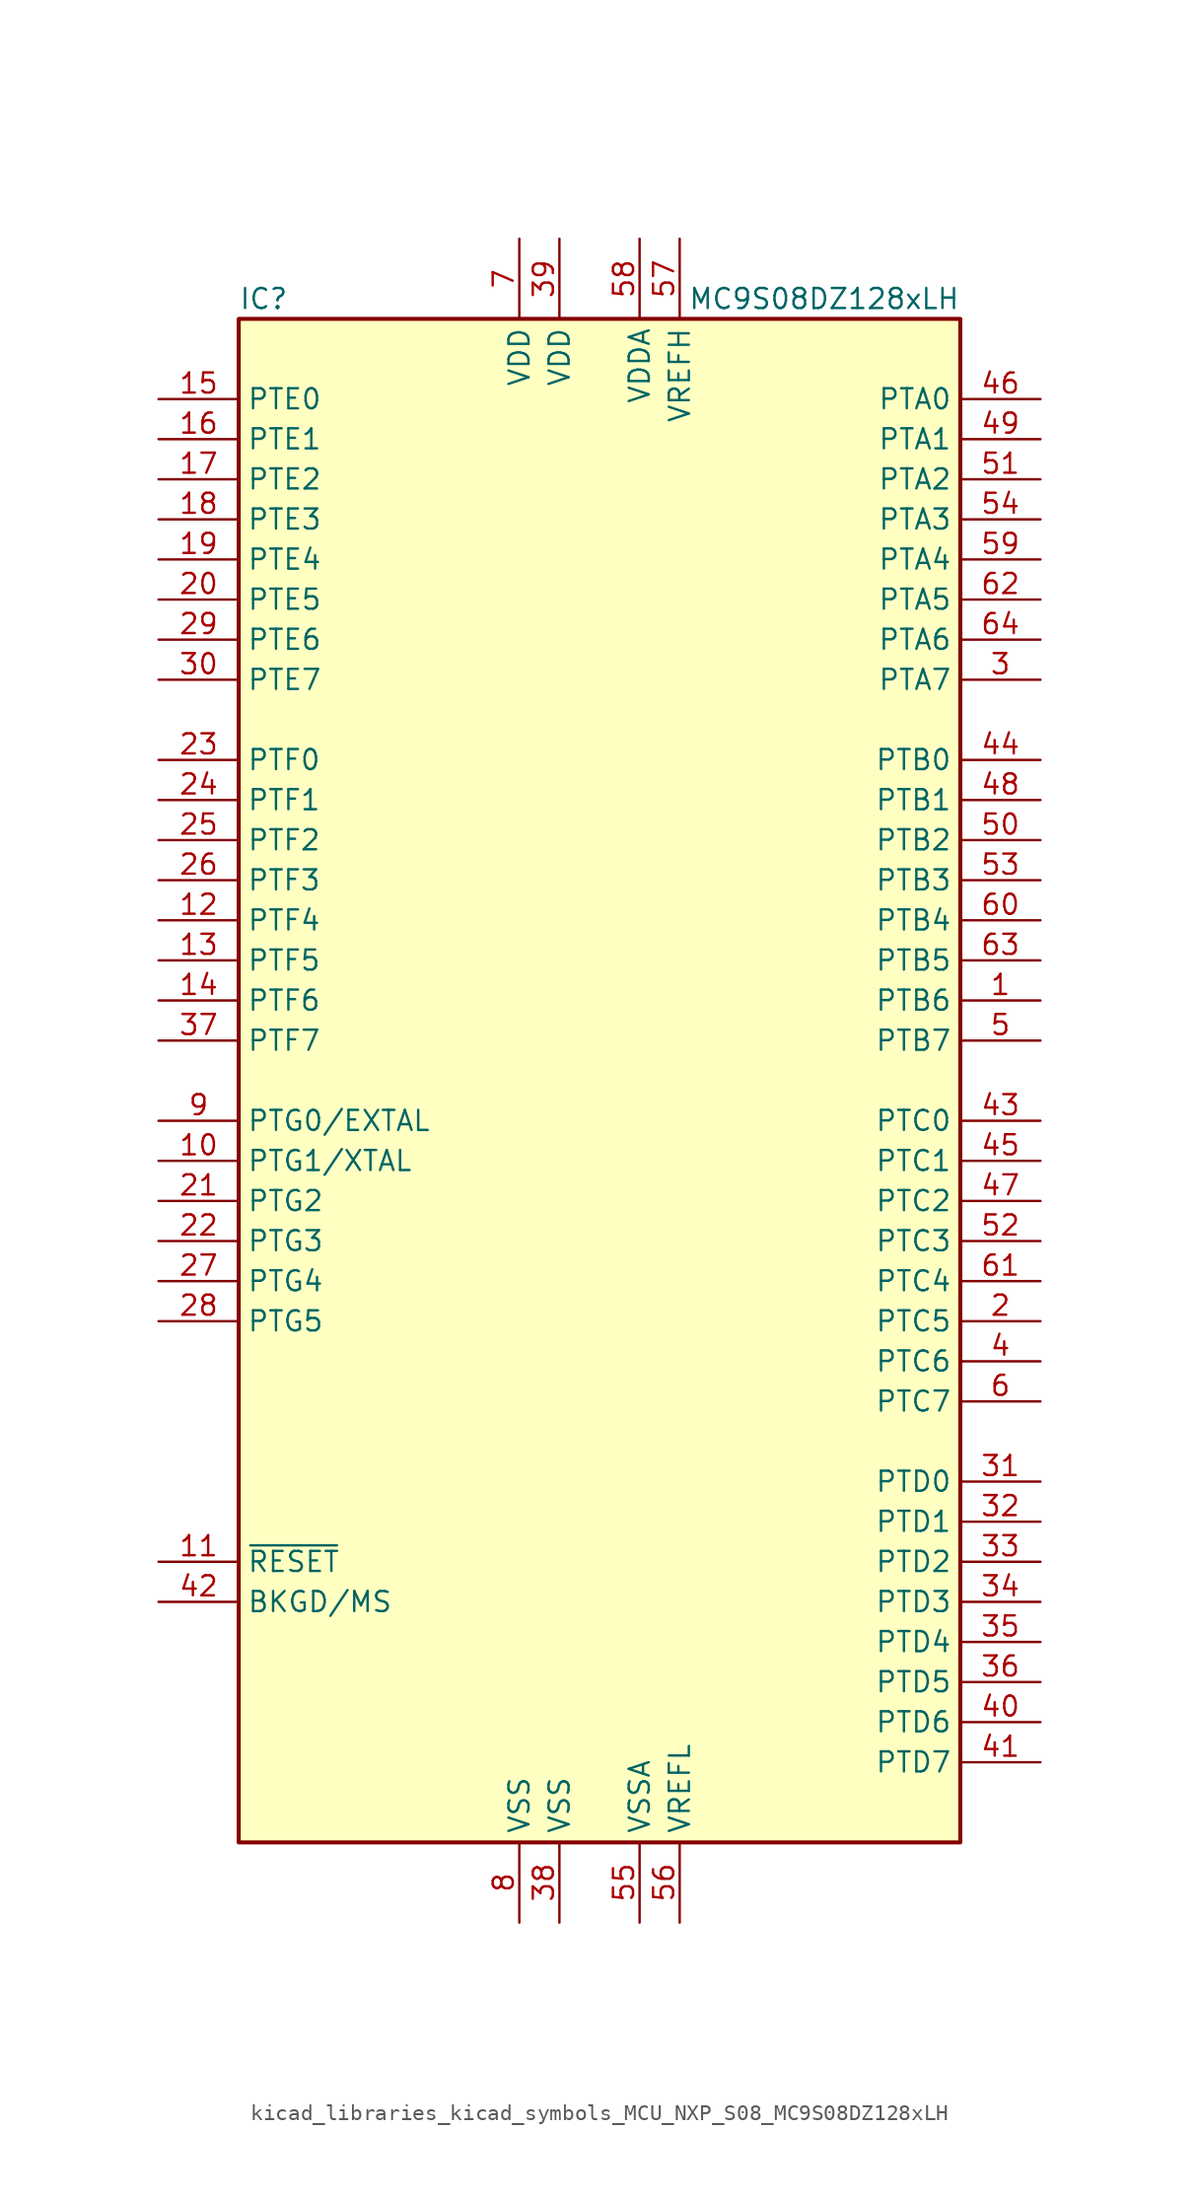
<source format=kicad_sym>
(kicad_symbol_lib
  (version 20220914)
  (generator kicad_symbol_editor)
  (symbol "kicad_libraries_kicad_symbols_MCU_NXP_S08_MC9S08DZ128xLH"
    (property "Reference" "IC"
      (at -22.86 49.53 0)
      (effects (font (size 1.27 1.27)) (justify left)))
    (property "Value" "MC9S08DZ128xLH"
      (at 22.86 49.53 0)
      (effects (font (size 1.27 1.27)) (justify right)))
    (symbol "kicad_libraries_kicad_symbols_MCU_NXP_S08_MC9S08DZ128xLH_0_1"
      (rectangle (start -22.86 48.26) (end 22.86 -48.26) (stroke (width 0.254) (type default)) (fill (type background))))
    (symbol "kicad_libraries_kicad_symbols_MCU_NXP_S08_MC9S08DZ128xLH_1_1"
      (pin bidirectional line (at 27.94 5.08 180) (length 5.08) (name "PTB6" (effects (font (size 1.27 1.27)))) (number "1" (effects (font (size 1.27 1.27)))))
      (pin bidirectional line (at -27.94 -5.08 0) (length 5.08) (name "PTG1/XTAL" (effects (font (size 1.27 1.27)))) (number "10" (effects (font (size 1.27 1.27)))))
      (pin input line (at -27.94 -30.48 0) (length 5.08) (name "~{RESET}" (effects (font (size 1.27 1.27)))) (number "11" (effects (font (size 1.27 1.27)))))
      (pin bidirectional line (at -27.94 10.16 0) (length 5.08) (name "PTF4" (effects (font (size 1.27 1.27)))) (number "12" (effects (font (size 1.27 1.27)))))
      (pin bidirectional line (at -27.94 7.62 0) (length 5.08) (name "PTF5" (effects (font (size 1.27 1.27)))) (number "13" (effects (font (size 1.27 1.27)))))
      (pin bidirectional line (at -27.94 5.08 0) (length 5.08) (name "PTF6" (effects (font (size 1.27 1.27)))) (number "14" (effects (font (size 1.27 1.27)))))
      (pin bidirectional line (at -27.94 43.18 0) (length 5.08) (name "PTE0" (effects (font (size 1.27 1.27)))) (number "15" (effects (font (size 1.27 1.27)))))
      (pin bidirectional line (at -27.94 40.64 0) (length 5.08) (name "PTE1" (effects (font (size 1.27 1.27)))) (number "16" (effects (font (size 1.27 1.27)))))
      (pin bidirectional line (at -27.94 38.1 0) (length 5.08) (name "PTE2" (effects (font (size 1.27 1.27)))) (number "17" (effects (font (size 1.27 1.27)))))
      (pin bidirectional line (at -27.94 35.56 0) (length 5.08) (name "PTE3" (effects (font (size 1.27 1.27)))) (number "18" (effects (font (size 1.27 1.27)))))
      (pin bidirectional line (at -27.94 33.02 0) (length 5.08) (name "PTE4" (effects (font (size 1.27 1.27)))) (number "19" (effects (font (size 1.27 1.27)))))
      (pin bidirectional line (at 27.94 -15.24 180) (length 5.08) (name "PTC5" (effects (font (size 1.27 1.27)))) (number "2" (effects (font (size 1.27 1.27)))))
      (pin bidirectional line (at -27.94 30.48 0) (length 5.08) (name "PTE5" (effects (font (size 1.27 1.27)))) (number "20" (effects (font (size 1.27 1.27)))))
      (pin bidirectional line (at -27.94 -7.62 0) (length 5.08) (name "PTG2" (effects (font (size 1.27 1.27)))) (number "21" (effects (font (size 1.27 1.27)))))
      (pin bidirectional line (at -27.94 -10.16 0) (length 5.08) (name "PTG3" (effects (font (size 1.27 1.27)))) (number "22" (effects (font (size 1.27 1.27)))))
      (pin bidirectional line (at -27.94 20.32 0) (length 5.08) (name "PTF0" (effects (font (size 1.27 1.27)))) (number "23" (effects (font (size 1.27 1.27)))))
      (pin bidirectional line (at -27.94 17.78 0) (length 5.08) (name "PTF1" (effects (font (size 1.27 1.27)))) (number "24" (effects (font (size 1.27 1.27)))))
      (pin bidirectional line (at -27.94 15.24 0) (length 5.08) (name "PTF2" (effects (font (size 1.27 1.27)))) (number "25" (effects (font (size 1.27 1.27)))))
      (pin bidirectional line (at -27.94 12.7 0) (length 5.08) (name "PTF3" (effects (font (size 1.27 1.27)))) (number "26" (effects (font (size 1.27 1.27)))))
      (pin bidirectional line (at -27.94 -12.7 0) (length 5.08) (name "PTG4" (effects (font (size 1.27 1.27)))) (number "27" (effects (font (size 1.27 1.27)))))
      (pin bidirectional line (at -27.94 -15.24 0) (length 5.08) (name "PTG5" (effects (font (size 1.27 1.27)))) (number "28" (effects (font (size 1.27 1.27)))))
      (pin bidirectional line (at -27.94 27.94 0) (length 5.08) (name "PTE6" (effects (font (size 1.27 1.27)))) (number "29" (effects (font (size 1.27 1.27)))))
      (pin bidirectional line (at 27.94 25.4 180) (length 5.08) (name "PTA7" (effects (font (size 1.27 1.27)))) (number "3" (effects (font (size 1.27 1.27)))))
      (pin bidirectional line (at -27.94 25.4 0) (length 5.08) (name "PTE7" (effects (font (size 1.27 1.27)))) (number "30" (effects (font (size 1.27 1.27)))))
      (pin bidirectional line (at 27.94 -25.4 180) (length 5.08) (name "PTD0" (effects (font (size 1.27 1.27)))) (number "31" (effects (font (size 1.27 1.27)))))
      (pin bidirectional line (at 27.94 -27.94 180) (length 5.08) (name "PTD1" (effects (font (size 1.27 1.27)))) (number "32" (effects (font (size 1.27 1.27)))))
      (pin bidirectional line (at 27.94 -30.48 180) (length 5.08) (name "PTD2" (effects (font (size 1.27 1.27)))) (number "33" (effects (font (size 1.27 1.27)))))
      (pin bidirectional line (at 27.94 -33.02 180) (length 5.08) (name "PTD3" (effects (font (size 1.27 1.27)))) (number "34" (effects (font (size 1.27 1.27)))))
      (pin bidirectional line (at 27.94 -35.56 180) (length 5.08) (name "PTD4" (effects (font (size 1.27 1.27)))) (number "35" (effects (font (size 1.27 1.27)))))
      (pin bidirectional line (at 27.94 -38.1 180) (length 5.08) (name "PTD5" (effects (font (size 1.27 1.27)))) (number "36" (effects (font (size 1.27 1.27)))))
      (pin bidirectional line (at -27.94 2.54 0) (length 5.08) (name "PTF7" (effects (font (size 1.27 1.27)))) (number "37" (effects (font (size 1.27 1.27)))))
      (pin power_in line (at -2.54 -53.34 90) (length 5.08) (name "VSS" (effects (font (size 1.27 1.27)))) (number "38" (effects (font (size 1.27 1.27)))))
      (pin power_in line (at -2.54 53.34 270) (length 5.08) (name "VDD" (effects (font (size 1.27 1.27)))) (number "39" (effects (font (size 1.27 1.27)))))
      (pin bidirectional line (at 27.94 -17.78 180) (length 5.08) (name "PTC6" (effects (font (size 1.27 1.27)))) (number "4" (effects (font (size 1.27 1.27)))))
      (pin bidirectional line (at 27.94 -40.64 180) (length 5.08) (name "PTD6" (effects (font (size 1.27 1.27)))) (number "40" (effects (font (size 1.27 1.27)))))
      (pin bidirectional line (at 27.94 -43.18 180) (length 5.08) (name "PTD7" (effects (font (size 1.27 1.27)))) (number "41" (effects (font (size 1.27 1.27)))))
      (pin bidirectional line (at -27.94 -33.02 0) (length 5.08) (name "BKGD/MS" (effects (font (size 1.27 1.27)))) (number "42" (effects (font (size 1.27 1.27)))))
      (pin bidirectional line (at 27.94 -2.54 180) (length 5.08) (name "PTC0" (effects (font (size 1.27 1.27)))) (number "43" (effects (font (size 1.27 1.27)))))
      (pin bidirectional line (at 27.94 20.32 180) (length 5.08) (name "PTB0" (effects (font (size 1.27 1.27)))) (number "44" (effects (font (size 1.27 1.27)))))
      (pin bidirectional line (at 27.94 -5.08 180) (length 5.08) (name "PTC1" (effects (font (size 1.27 1.27)))) (number "45" (effects (font (size 1.27 1.27)))))
      (pin bidirectional line (at 27.94 43.18 180) (length 5.08) (name "PTA0" (effects (font (size 1.27 1.27)))) (number "46" (effects (font (size 1.27 1.27)))))
      (pin bidirectional line (at 27.94 -7.62 180) (length 5.08) (name "PTC2" (effects (font (size 1.27 1.27)))) (number "47" (effects (font (size 1.27 1.27)))))
      (pin bidirectional line (at 27.94 17.78 180) (length 5.08) (name "PTB1" (effects (font (size 1.27 1.27)))) (number "48" (effects (font (size 1.27 1.27)))))
      (pin bidirectional line (at 27.94 40.64 180) (length 5.08) (name "PTA1" (effects (font (size 1.27 1.27)))) (number "49" (effects (font (size 1.27 1.27)))))
      (pin bidirectional line (at 27.94 2.54 180) (length 5.08) (name "PTB7" (effects (font (size 1.27 1.27)))) (number "5" (effects (font (size 1.27 1.27)))))
      (pin bidirectional line (at 27.94 15.24 180) (length 5.08) (name "PTB2" (effects (font (size 1.27 1.27)))) (number "50" (effects (font (size 1.27 1.27)))))
      (pin bidirectional line (at 27.94 38.1 180) (length 5.08) (name "PTA2" (effects (font (size 1.27 1.27)))) (number "51" (effects (font (size 1.27 1.27)))))
      (pin bidirectional line (at 27.94 -10.16 180) (length 5.08) (name "PTC3" (effects (font (size 1.27 1.27)))) (number "52" (effects (font (size 1.27 1.27)))))
      (pin bidirectional line (at 27.94 12.7 180) (length 5.08) (name "PTB3" (effects (font (size 1.27 1.27)))) (number "53" (effects (font (size 1.27 1.27)))))
      (pin bidirectional line (at 27.94 35.56 180) (length 5.08) (name "PTA3" (effects (font (size 1.27 1.27)))) (number "54" (effects (font (size 1.27 1.27)))))
      (pin power_in line (at 2.54 -53.34 90) (length 5.08) (name "VSSA" (effects (font (size 1.27 1.27)))) (number "55" (effects (font (size 1.27 1.27)))))
      (pin power_in line (at 5.08 -53.34 90) (length 5.08) (name "VREFL" (effects (font (size 1.27 1.27)))) (number "56" (effects (font (size 1.27 1.27)))))
      (pin power_in line (at 5.08 53.34 270) (length 5.08) (name "VREFH" (effects (font (size 1.27 1.27)))) (number "57" (effects (font (size 1.27 1.27)))))
      (pin power_in line (at 2.54 53.34 270) (length 5.08) (name "VDDA" (effects (font (size 1.27 1.27)))) (number "58" (effects (font (size 1.27 1.27)))))
      (pin bidirectional line (at 27.94 33.02 180) (length 5.08) (name "PTA4" (effects (font (size 1.27 1.27)))) (number "59" (effects (font (size 1.27 1.27)))))
      (pin bidirectional line (at 27.94 -20.32 180) (length 5.08) (name "PTC7" (effects (font (size 1.27 1.27)))) (number "6" (effects (font (size 1.27 1.27)))))
      (pin bidirectional line (at 27.94 10.16 180) (length 5.08) (name "PTB4" (effects (font (size 1.27 1.27)))) (number "60" (effects (font (size 1.27 1.27)))))
      (pin bidirectional line (at 27.94 -12.7 180) (length 5.08) (name "PTC4" (effects (font (size 1.27 1.27)))) (number "61" (effects (font (size 1.27 1.27)))))
      (pin bidirectional line (at 27.94 30.48 180) (length 5.08) (name "PTA5" (effects (font (size 1.27 1.27)))) (number "62" (effects (font (size 1.27 1.27)))))
      (pin bidirectional line (at 27.94 7.62 180) (length 5.08) (name "PTB5" (effects (font (size 1.27 1.27)))) (number "63" (effects (font (size 1.27 1.27)))))
      (pin bidirectional line (at 27.94 27.94 180) (length 5.08) (name "PTA6" (effects (font (size 1.27 1.27)))) (number "64" (effects (font (size 1.27 1.27)))))
      (pin power_in line (at -5.08 53.34 270) (length 5.08) (name "VDD" (effects (font (size 1.27 1.27)))) (number "7" (effects (font (size 1.27 1.27)))))
      (pin power_in line (at -5.08 -53.34 90) (length 5.08) (name "VSS" (effects (font (size 1.27 1.27)))) (number "8" (effects (font (size 1.27 1.27)))))
      (pin bidirectional line (at -27.94 -2.54 0) (length 5.08) (name "PTG0/EXTAL" (effects (font (size 1.27 1.27)))) (number "9" (effects (font (size 1.27 1.27))))))))
</source>
